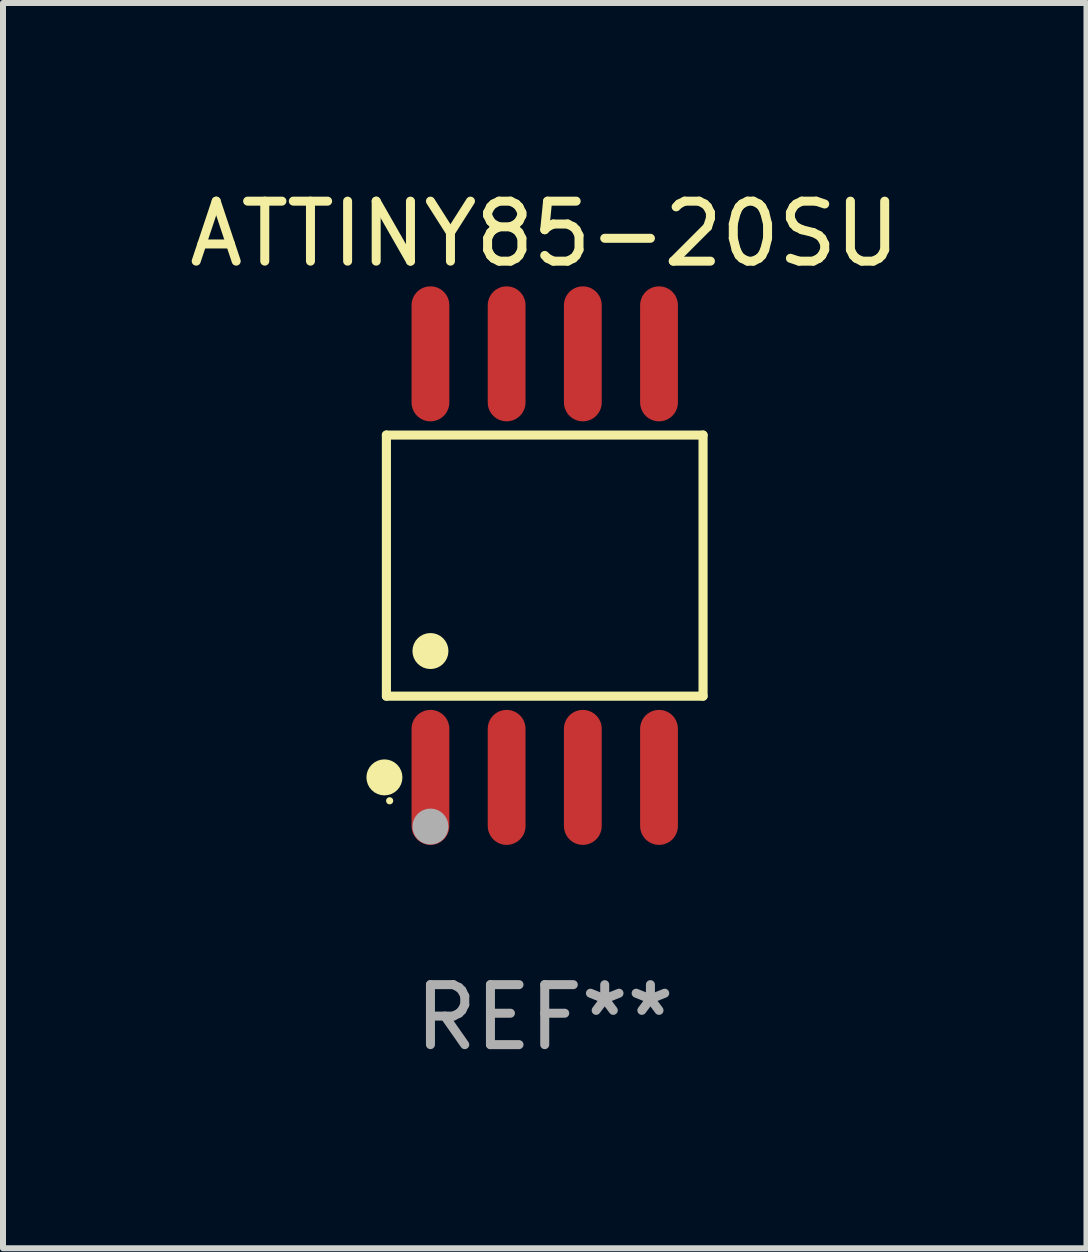
<source format=kicad_pcb>
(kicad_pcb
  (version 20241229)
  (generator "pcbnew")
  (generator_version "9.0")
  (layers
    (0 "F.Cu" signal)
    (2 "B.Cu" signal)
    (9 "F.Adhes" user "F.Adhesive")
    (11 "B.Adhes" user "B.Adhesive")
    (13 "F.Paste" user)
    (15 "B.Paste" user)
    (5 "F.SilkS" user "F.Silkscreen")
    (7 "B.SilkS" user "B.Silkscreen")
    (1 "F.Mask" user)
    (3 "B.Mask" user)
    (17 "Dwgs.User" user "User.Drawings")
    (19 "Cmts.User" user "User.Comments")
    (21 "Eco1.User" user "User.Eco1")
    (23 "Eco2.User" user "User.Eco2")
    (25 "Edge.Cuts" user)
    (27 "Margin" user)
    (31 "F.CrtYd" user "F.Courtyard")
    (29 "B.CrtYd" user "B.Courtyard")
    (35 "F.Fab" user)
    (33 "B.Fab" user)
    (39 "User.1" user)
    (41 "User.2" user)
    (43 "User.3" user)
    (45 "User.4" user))
  (footprint "ATTINY85-20SU"
    (layer "F.Cu")
    (at 6.03 6.378)
    (property "Reference" "ATTINY85-20SU" (at 0 -5.53 0) (layer "F.SilkS") (effects (font (size 1 1) (thickness 0.15))))
    (attr through_hole)
    (fp_line (start -2.639 -2.176) (end 2.639 -2.176) (stroke (width 0.152) (type solid)) (layer "F.SilkS"))
    (fp_line (start -2.639 2.176) (end -2.639 -2.176) (stroke (width 0.152) (type solid)) (layer "F.SilkS"))
    (fp_line (start 2.639 -2.176) (end 2.639 2.176) (stroke (width 0.152) (type solid)) (layer "F.SilkS"))
    (fp_line (start 2.639 2.176) (end -2.639 2.176) (stroke (width 0.152) (type solid)) (layer "F.SilkS"))
    (fp_circle (center -2.672 3.53) (end -2.522 3.53) (stroke (width 0.3) (type solid)) (fill no) (layer "F.SilkS"))
    (fp_circle (center -2.585 3.92) (end -2.555 3.92) (stroke (width 0.06) (type solid)) (fill no) (layer "F.SilkS"))
    (fp_circle (center -1.905 1.424) (end -1.755 1.424) (stroke (width 0.3) (type solid)) (fill no) (layer "F.SilkS"))
    (fp_circle (center -1.905 4.35) (end -1.755 4.35) (stroke (width 0.3) (type solid)) (fill no) (layer "F.Fab"))
    (fp_text user "REF**" (at 0 7.53 0) (layer "F.Fab") (effects (font (size 1 1) (thickness 0.15))))
    (pad "1" smd oval (at -1.905 3.53) (size 0.63 2.25) (layers "F.Cu" "F.Mask" "F.Paste"))
    (pad "2" smd oval (at -0.635 3.53) (size 0.63 2.25) (layers "F.Cu" "F.Mask" "F.Paste"))
    (pad "3" smd oval (at 0.635 3.53) (size 0.63 2.25) (layers "F.Cu" "F.Mask" "F.Paste"))
    (pad "4" smd oval (at 1.905 3.53) (size 0.63 2.25) (layers "F.Cu" "F.Mask" "F.Paste"))
    (pad "5" smd oval (at 1.905 -3.53) (size 0.63 2.25) (layers "F.Cu" "F.Mask" "F.Paste"))
    (pad "6" smd oval (at 0.635 -3.53) (size 0.63 2.25) (layers "F.Cu" "F.Mask" "F.Paste"))
    (pad "7" smd oval (at -0.635 -3.53) (size 0.63 2.25) (layers "F.Cu" "F.Mask" "F.Paste"))
    (pad "8" smd oval (at -1.905 -3.53) (size 0.63 2.25) (layers "F.Cu" "F.Mask" "F.Paste")))
  (gr_rect
    (start -3 -3)
    (end 15.06 17.757)
    (stroke (width 0.1) (type default))
    (fill no)
    (layer "Edge.Cuts")))
</source>
